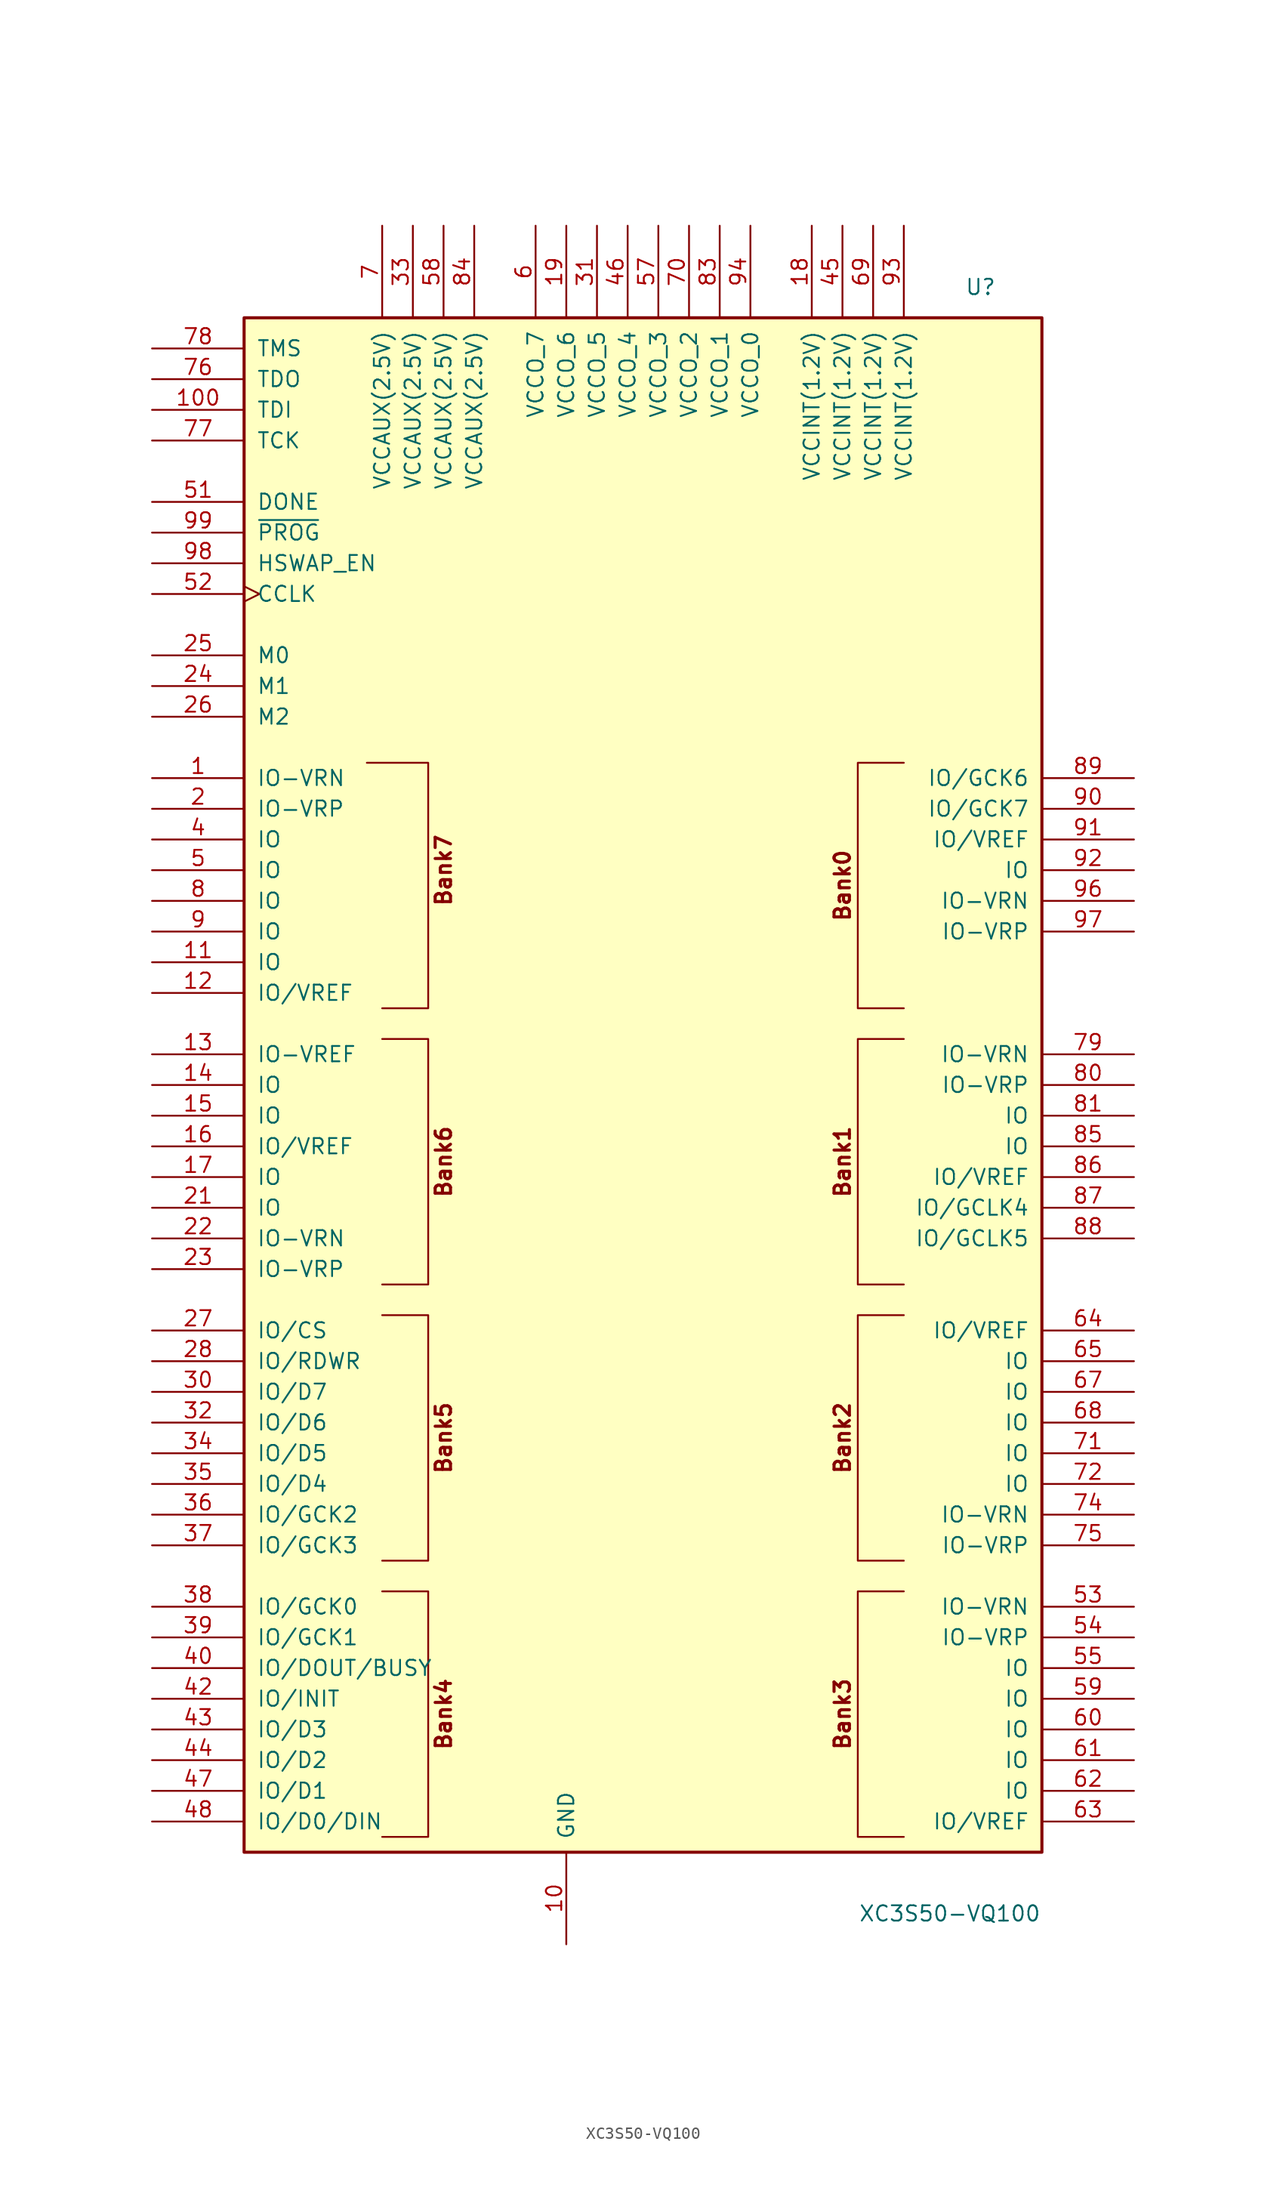
<source format=kicad_sym>
(kicad_symbol_lib
  (version 20241209)
  (generator "kicad_symbol_editor")
  (generator_version "9.0")
  (symbol "XC3S50-VQ100"
    (pin_names
      (offset 1.016))
    (property "Reference" "U"
      (at 26.67 66.04 0)
      (effects (font (size 1.27 1.27))))
    (property "Value" "XC3S50-VQ100"
      (at 24.13 -68.58 0)
      (effects (font (size 1.27 1.27))))
    (symbol "XC3S50-VQ100_0_0"
      (rectangle (start -34.29 63.5) (end 31.75 -63.5) (stroke (width 0.254) (type default)) (fill (type background)))
      (text "Bank7" (at -17.78 17.78 900) (effects (font (size 1.27 1.27) (bold yes))))
      (text "Bank6" (at -17.78 -6.35 900) (effects (font (size 1.27 1.27) (bold yes))))
      (text "Bank5" (at -17.78 -29.21 900) (effects (font (size 1.27 1.27) (bold yes))))
      (text "Bank4" (at -17.78 -52.07 900) (effects (font (size 1.27 1.27) (bold yes))))
      (text "Bank0" (at 15.24 16.51 900) (effects (font (size 1.27 1.27) (bold yes))))
      (text "Bank1" (at 15.24 -6.35 900) (effects (font (size 1.27 1.27) (bold yes))))
      (text "Bank2" (at 15.24 -29.21 900) (effects (font (size 1.27 1.27) (bold yes))))
      (text "Bank3" (at 15.24 -52.07 900) (effects (font (size 1.27 1.27) (bold yes)))))
    (symbol "XC3S50-VQ100_0_1"
      (polyline (pts (xy -24.13 26.67) (xy -19.05 26.67) (xy -19.05 6.35) (xy -22.86 6.35) (xy -22.86 6.35)) (stroke (width 0) (type default)) (fill (type none)))
      (polyline (pts (xy -22.86 3.81) (xy -19.05 3.81) (xy -19.05 -16.51) (xy -22.86 -16.51) (xy -22.86 -16.51)) (stroke (width 0) (type default)) (fill (type none)))
      (polyline (pts (xy -22.86 -19.05) (xy -19.05 -19.05) (xy -19.05 -39.37) (xy -22.86 -39.37) (xy -22.86 -39.37)) (stroke (width 0) (type default)) (fill (type none)))
      (polyline (pts (xy -22.86 -41.91) (xy -19.05 -41.91) (xy -19.05 -62.23) (xy -22.86 -62.23) (xy -22.86 -62.23)) (stroke (width 0) (type default)) (fill (type none)))
      (polyline (pts (xy 20.32 26.67) (xy 16.51 26.67) (xy 16.51 6.35) (xy 20.32 6.35) (xy 20.32 6.35)) (stroke (width 0) (type default)) (fill (type none)))
      (polyline (pts (xy 20.32 3.81) (xy 16.51 3.81) (xy 16.51 -16.51) (xy 20.32 -16.51) (xy 20.32 -16.51)) (stroke (width 0) (type default)) (fill (type none)))
      (polyline (pts (xy 20.32 -19.05) (xy 16.51 -19.05) (xy 16.51 -39.37) (xy 20.32 -39.37) (xy 20.32 -39.37)) (stroke (width 0) (type default)) (fill (type none)))
      (polyline (pts (xy 20.32 -41.91) (xy 16.51 -41.91) (xy 16.51 -62.23) (xy 20.32 -62.23) (xy 20.32 -62.23)) (stroke (width 0) (type default)) (fill (type none))))
    (symbol "XC3S50-VQ100_1_1"
      (pin input line (at -41.91 60.96 0) (length 7.62) (name "TMS" (effects (font (size 1.27 1.27)))) (number "78" (effects (font (size 1.27 1.27)))))
      (pin output line (at -41.91 58.42 0) (length 7.62) (name "TDO" (effects (font (size 1.27 1.27)))) (number "76" (effects (font (size 1.27 1.27)))))
      (pin input line (at -41.91 55.88 0) (length 7.62) (name "TDI" (effects (font (size 1.27 1.27)))) (number "100" (effects (font (size 1.27 1.27)))))
      (pin input line (at -41.91 53.34 0) (length 7.62) (name "TCK" (effects (font (size 1.27 1.27)))) (number "77" (effects (font (size 1.27 1.27)))))
      (pin open_collector line (at -41.91 48.26 0) (length 7.62) (name "DONE" (effects (font (size 1.27 1.27)))) (number "51" (effects (font (size 1.27 1.27)))))
      (pin input line (at -41.91 45.72 0) (length 7.62) (name "~{PROG}" (effects (font (size 1.27 1.27)))) (number "99" (effects (font (size 1.27 1.27)))))
      (pin bidirectional line (at -41.91 43.18 0) (length 7.62) (name "HSWAP_EN" (effects (font (size 1.27 1.27)))) (number "98" (effects (font (size 1.27 1.27)))))
      (pin input clock (at -41.91 40.64 0) (length 7.62) (name "CCLK" (effects (font (size 1.27 1.27)))) (number "52" (effects (font (size 1.27 1.27)))))
      (pin input line (at -41.91 35.56 0) (length 7.62) (name "M0" (effects (font (size 1.27 1.27)))) (number "25" (effects (font (size 1.27 1.27)))))
      (pin input line (at -41.91 33.02 0) (length 7.62) (name "M1" (effects (font (size 1.27 1.27)))) (number "24" (effects (font (size 1.27 1.27)))))
      (pin input line (at -41.91 30.48 0) (length 7.62) (name "M2" (effects (font (size 1.27 1.27)))) (number "26" (effects (font (size 1.27 1.27)))))
      (pin bidirectional line (at -41.91 25.4 0) (length 7.62) (name "IO-VRN" (effects (font (size 1.27 1.27)))) (number "1" (effects (font (size 1.27 1.27)))))
      (pin bidirectional line (at -41.91 22.86 0) (length 7.62) (name "IO-VRP" (effects (font (size 1.27 1.27)))) (number "2" (effects (font (size 1.27 1.27)))))
      (pin bidirectional line (at -41.91 20.32 0) (length 7.62) (name "IO" (effects (font (size 1.27 1.27)))) (number "4" (effects (font (size 1.27 1.27)))))
      (pin bidirectional line (at -41.91 17.78 0) (length 7.62) (name "IO" (effects (font (size 1.27 1.27)))) (number "5" (effects (font (size 1.27 1.27)))))
      (pin bidirectional line (at -41.91 15.24 0) (length 7.62) (name "IO" (effects (font (size 1.27 1.27)))) (number "8" (effects (font (size 1.27 1.27)))))
      (pin bidirectional line (at -41.91 12.7 0) (length 7.62) (name "IO" (effects (font (size 1.27 1.27)))) (number "9" (effects (font (size 1.27 1.27)))))
      (pin bidirectional line (at -41.91 10.16 0) (length 7.62) (name "IO" (effects (font (size 1.27 1.27)))) (number "11" (effects (font (size 1.27 1.27)))))
      (pin bidirectional line (at -41.91 7.62 0) (length 7.62) (name "IO/VREF" (effects (font (size 1.27 1.27)))) (number "12" (effects (font (size 1.27 1.27)))))
      (pin input line (at -41.91 2.54 0) (length 7.62) (name "IO-VREF" (effects (font (size 1.27 1.27)))) (number "13" (effects (font (size 1.27 1.27)))))
      (pin bidirectional line (at -41.91 0 0) (length 7.62) (name "IO" (effects (font (size 1.27 1.27)))) (number "14" (effects (font (size 1.27 1.27)))))
      (pin bidirectional line (at -41.91 -2.54 0) (length 7.62) (name "IO" (effects (font (size 1.27 1.27)))) (number "15" (effects (font (size 1.27 1.27)))))
      (pin bidirectional line (at -41.91 -5.08 0) (length 7.62) (name "IO/VREF" (effects (font (size 1.27 1.27)))) (number "16" (effects (font (size 1.27 1.27)))))
      (pin bidirectional line (at -41.91 -7.62 0) (length 7.62) (name "IO" (effects (font (size 1.27 1.27)))) (number "17" (effects (font (size 1.27 1.27)))))
      (pin bidirectional line (at -41.91 -10.16 0) (length 7.62) (name "IO" (effects (font (size 1.27 1.27)))) (number "21" (effects (font (size 1.27 1.27)))))
      (pin bidirectional line (at -41.91 -12.7 0) (length 7.62) (name "IO-VRN" (effects (font (size 1.27 1.27)))) (number "22" (effects (font (size 1.27 1.27)))))
      (pin bidirectional line (at -41.91 -15.24 0) (length 7.62) (name "IO-VRP" (effects (font (size 1.27 1.27)))) (number "23" (effects (font (size 1.27 1.27)))))
      (pin bidirectional line (at -41.91 -20.32 0) (length 7.62) (name "IO/CS" (effects (font (size 1.27 1.27)))) (number "27" (effects (font (size 1.27 1.27)))))
      (pin bidirectional line (at -41.91 -22.86 0) (length 7.62) (name "IO/RDWR" (effects (font (size 1.27 1.27)))) (number "28" (effects (font (size 1.27 1.27)))))
      (pin bidirectional line (at -41.91 -25.4 0) (length 7.62) (name "IO/D7" (effects (font (size 1.27 1.27)))) (number "30" (effects (font (size 1.27 1.27)))))
      (pin bidirectional line (at -41.91 -27.94 0) (length 7.62) (name "IO/D6" (effects (font (size 1.27 1.27)))) (number "32" (effects (font (size 1.27 1.27)))))
      (pin bidirectional line (at -41.91 -30.48 0) (length 7.62) (name "IO/D5" (effects (font (size 1.27 1.27)))) (number "34" (effects (font (size 1.27 1.27)))))
      (pin bidirectional line (at -41.91 -33.02 0) (length 7.62) (name "IO/D4" (effects (font (size 1.27 1.27)))) (number "35" (effects (font (size 1.27 1.27)))))
      (pin bidirectional line (at -41.91 -35.56 0) (length 7.62) (name "IO/GCK2" (effects (font (size 1.27 1.27)))) (number "36" (effects (font (size 1.27 1.27)))))
      (pin bidirectional line (at -41.91 -38.1 0) (length 7.62) (name "IO/GCK3" (effects (font (size 1.27 1.27)))) (number "37" (effects (font (size 1.27 1.27)))))
      (pin bidirectional line (at -41.91 -43.18 0) (length 7.62) (name "IO/GCK0" (effects (font (size 1.27 1.27)))) (number "38" (effects (font (size 1.27 1.27)))))
      (pin bidirectional line (at -41.91 -45.72 0) (length 7.62) (name "IO/GCK1" (effects (font (size 1.27 1.27)))) (number "39" (effects (font (size 1.27 1.27)))))
      (pin bidirectional line (at -41.91 -48.26 0) (length 7.62) (name "IO/DOUT/BUSY" (effects (font (size 1.27 1.27)))) (number "40" (effects (font (size 1.27 1.27)))))
      (pin bidirectional line (at -41.91 -50.8 0) (length 7.62) (name "IO/INIT" (effects (font (size 1.27 1.27)))) (number "42" (effects (font (size 1.27 1.27)))))
      (pin bidirectional line (at -41.91 -53.34 0) (length 7.62) (name "IO/D3" (effects (font (size 1.27 1.27)))) (number "43" (effects (font (size 1.27 1.27)))))
      (pin bidirectional line (at -41.91 -55.88 0) (length 7.62) (name "IO/D2" (effects (font (size 1.27 1.27)))) (number "44" (effects (font (size 1.27 1.27)))))
      (pin bidirectional line (at -41.91 -58.42 0) (length 7.62) (name "IO/D1" (effects (font (size 1.27 1.27)))) (number "47" (effects (font (size 1.27 1.27)))))
      (pin bidirectional line (at -41.91 -60.96 0) (length 7.62) (name "IO/D0/DIN" (effects (font (size 1.27 1.27)))) (number "48" (effects (font (size 1.27 1.27)))))
      (pin power_in line (at -22.86 71.12 270) (length 7.62) (name "VCCAUX(2.5V)" (effects (font (size 1.27 1.27)))) (number "7" (effects (font (size 1.27 1.27)))))
      (pin power_in line (at -20.32 71.12 270) (length 7.62) (name "VCCAUX(2.5V)" (effects (font (size 1.27 1.27)))) (number "33" (effects (font (size 1.27 1.27)))))
      (pin power_in line (at -17.78 71.12 270) (length 7.62) (name "VCCAUX(2.5V)" (effects (font (size 1.27 1.27)))) (number "58" (effects (font (size 1.27 1.27)))))
      (pin power_in line (at -15.24 71.12 270) (length 7.62) (name "VCCAUX(2.5V)" (effects (font (size 1.27 1.27)))) (number "84" (effects (font (size 1.27 1.27)))))
      (pin power_in line (at -10.16 71.12 270) (length 7.62) (name "VCCO_7" (effects (font (size 1.27 1.27)))) (number "6" (effects (font (size 1.27 1.27)))))
      (pin power_in line (at -7.62 71.12 270) (length 7.62) (name "VCCO_6" (effects (font (size 1.27 1.27)))) (number "19" (effects (font (size 1.27 1.27)))))
      (pin power_in line (at -7.62 -71.12 90) (length 7.62) (name "GND" (effects (font (size 1.27 1.27)))) (number "10" (effects (font (size 1.27 1.27)))))
      (pin passive line (at -7.62 -71.12 90) (length 7.62) (hide yes) (name "GND" (effects (font (size 1.27 1.27)))) (number "20" (effects (font (size 1.27 1.27)))))
      (pin passive line (at -7.62 -71.12 90) (length 7.62) (hide yes) (name "GND" (effects (font (size 1.27 1.27)))) (number "29" (effects (font (size 1.27 1.27)))))
      (pin passive line (at -7.62 -71.12 90) (length 7.62) (hide yes) (name "GND" (effects (font (size 1.27 1.27)))) (number "3" (effects (font (size 1.27 1.27)))))
      (pin passive line (at -7.62 -71.12 90) (length 7.62) (hide yes) (name "GND" (effects (font (size 1.27 1.27)))) (number "41" (effects (font (size 1.27 1.27)))))
      (pin passive line (at -7.62 -71.12 90) (length 7.62) (hide yes) (name "GND" (effects (font (size 1.27 1.27)))) (number "66" (effects (font (size 1.27 1.27)))))
      (pin passive line (at -7.62 -71.12 90) (length 7.62) (hide yes) (name "GND" (effects (font (size 1.27 1.27)))) (number "73" (effects (font (size 1.27 1.27)))))
      (pin passive line (at -7.62 -71.12 90) (length 7.62) (hide yes) (name "GND" (effects (font (size 1.27 1.27)))) (number "82" (effects (font (size 1.27 1.27)))))
      (pin passive line (at -7.62 -71.12 90) (length 7.62) (hide yes) (name "GND" (effects (font (size 1.27 1.27)))) (number "95" (effects (font (size 1.27 1.27)))))
      (pin power_in line (at -5.08 71.12 270) (length 7.62) (name "VCCO_5" (effects (font (size 1.27 1.27)))) (number "31" (effects (font (size 1.27 1.27)))))
      (pin power_in line (at -2.54 71.12 270) (length 7.62) (name "VCCO_4" (effects (font (size 1.27 1.27)))) (number "46" (effects (font (size 1.27 1.27)))))
      (pin power_in line (at 0 71.12 270) (length 7.62) (name "VCCO_3" (effects (font (size 1.27 1.27)))) (number "57" (effects (font (size 1.27 1.27)))))
      (pin power_in line (at 2.54 71.12 270) (length 7.62) (name "VCCO_2" (effects (font (size 1.27 1.27)))) (number "70" (effects (font (size 1.27 1.27)))))
      (pin passive line (at 5.08 71.12 270) (length 7.62) (name "VCCO_1" (effects (font (size 1.27 1.27)))) (number "83" (effects (font (size 1.27 1.27)))))
      (pin passive line (at 7.62 71.12 270) (length 7.62) (name "VCCO_0" (effects (font (size 1.27 1.27)))) (number "94" (effects (font (size 1.27 1.27)))))
      (pin power_in line (at 12.7 71.12 270) (length 7.62) (name "VCCINT(1.2V)" (effects (font (size 1.27 1.27)))) (number "18" (effects (font (size 1.27 1.27)))))
      (pin power_in line (at 15.24 71.12 270) (length 7.62) (name "VCCINT(1.2V)" (effects (font (size 1.27 1.27)))) (number "45" (effects (font (size 1.27 1.27)))))
      (pin power_in line (at 17.78 71.12 270) (length 7.62) (name "VCCINT(1.2V)" (effects (font (size 1.27 1.27)))) (number "69" (effects (font (size 1.27 1.27)))))
      (pin power_in line (at 20.32 71.12 270) (length 7.62) (name "VCCINT(1.2V)" (effects (font (size 1.27 1.27)))) (number "93" (effects (font (size 1.27 1.27)))))
      (pin bidirectional line (at 39.37 25.4 180) (length 7.62) (name "IO/GCK6" (effects (font (size 1.27 1.27)))) (number "89" (effects (font (size 1.27 1.27)))))
      (pin bidirectional line (at 39.37 22.86 180) (length 7.62) (name "IO/GCK7" (effects (font (size 1.27 1.27)))) (number "90" (effects (font (size 1.27 1.27)))))
      (pin bidirectional line (at 39.37 20.32 180) (length 7.62) (name "IO/VREF" (effects (font (size 1.27 1.27)))) (number "91" (effects (font (size 1.27 1.27)))))
      (pin bidirectional line (at 39.37 17.78 180) (length 7.62) (name "IO" (effects (font (size 1.27 1.27)))) (number "92" (effects (font (size 1.27 1.27)))))
      (pin bidirectional line (at 39.37 15.24 180) (length 7.62) (name "IO-VRN" (effects (font (size 1.27 1.27)))) (number "96" (effects (font (size 1.27 1.27)))))
      (pin bidirectional line (at 39.37 12.7 180) (length 7.62) (name "IO-VRP" (effects (font (size 1.27 1.27)))) (number "97" (effects (font (size 1.27 1.27)))))
      (pin bidirectional line (at 39.37 2.54 180) (length 7.62) (name "IO-VRN" (effects (font (size 1.27 1.27)))) (number "79" (effects (font (size 1.27 1.27)))))
      (pin bidirectional line (at 39.37 0 180) (length 7.62) (name "IO-VRP" (effects (font (size 1.27 1.27)))) (number "80" (effects (font (size 1.27 1.27)))))
      (pin bidirectional line (at 39.37 -2.54 180) (length 7.62) (name "IO" (effects (font (size 1.27 1.27)))) (number "81" (effects (font (size 1.27 1.27)))))
      (pin bidirectional line (at 39.37 -5.08 180) (length 7.62) (name "IO" (effects (font (size 1.27 1.27)))) (number "85" (effects (font (size 1.27 1.27)))))
      (pin bidirectional line (at 39.37 -7.62 180) (length 7.62) (name "IO/VREF" (effects (font (size 1.27 1.27)))) (number "86" (effects (font (size 1.27 1.27)))))
      (pin bidirectional line (at 39.37 -10.16 180) (length 7.62) (name "IO/GCLK4" (effects (font (size 1.27 1.27)))) (number "87" (effects (font (size 1.27 1.27)))))
      (pin bidirectional line (at 39.37 -12.7 180) (length 7.62) (name "IO/GCLK5" (effects (font (size 1.27 1.27)))) (number "88" (effects (font (size 1.27 1.27)))))
      (pin bidirectional line (at 39.37 -20.32 180) (length 7.62) (name "IO/VREF" (effects (font (size 1.27 1.27)))) (number "64" (effects (font (size 1.27 1.27)))))
      (pin bidirectional line (at 39.37 -22.86 180) (length 7.62) (name "IO" (effects (font (size 1.27 1.27)))) (number "65" (effects (font (size 1.27 1.27)))))
      (pin bidirectional line (at 39.37 -25.4 180) (length 7.62) (name "IO" (effects (font (size 1.27 1.27)))) (number "67" (effects (font (size 1.27 1.27)))))
      (pin bidirectional line (at 39.37 -27.94 180) (length 7.62) (name "IO" (effects (font (size 1.27 1.27)))) (number "68" (effects (font (size 1.27 1.27)))))
      (pin bidirectional line (at 39.37 -30.48 180) (length 7.62) (name "IO" (effects (font (size 1.27 1.27)))) (number "71" (effects (font (size 1.27 1.27)))))
      (pin bidirectional line (at 39.37 -33.02 180) (length 7.62) (name "IO" (effects (font (size 1.27 1.27)))) (number "72" (effects (font (size 1.27 1.27)))))
      (pin bidirectional line (at 39.37 -35.56 180) (length 7.62) (name "IO-VRN" (effects (font (size 1.27 1.27)))) (number "74" (effects (font (size 1.27 1.27)))))
      (pin bidirectional line (at 39.37 -38.1 180) (length 7.62) (name "IO-VRP" (effects (font (size 1.27 1.27)))) (number "75" (effects (font (size 1.27 1.27)))))
      (pin bidirectional line (at 39.37 -43.18 180) (length 7.62) (name "IO-VRN" (effects (font (size 1.27 1.27)))) (number "53" (effects (font (size 1.27 1.27)))))
      (pin bidirectional line (at 39.37 -45.72 180) (length 7.62) (name "IO-VRP" (effects (font (size 1.27 1.27)))) (number "54" (effects (font (size 1.27 1.27)))))
      (pin bidirectional line (at 39.37 -48.26 180) (length 7.62) (name "IO" (effects (font (size 1.27 1.27)))) (number "55" (effects (font (size 1.27 1.27)))))
      (pin bidirectional line (at 39.37 -50.8 180) (length 7.62) (name "IO" (effects (font (size 1.27 1.27)))) (number "59" (effects (font (size 1.27 1.27)))))
      (pin bidirectional line (at 39.37 -53.34 180) (length 7.62) (name "IO" (effects (font (size 1.27 1.27)))) (number "60" (effects (font (size 1.27 1.27)))))
      (pin bidirectional line (at 39.37 -55.88 180) (length 7.62) (name "IO" (effects (font (size 1.27 1.27)))) (number "61" (effects (font (size 1.27 1.27)))))
      (pin bidirectional line (at 39.37 -58.42 180) (length 7.62) (name "IO" (effects (font (size 1.27 1.27)))) (number "62" (effects (font (size 1.27 1.27)))))
      (pin bidirectional line (at 39.37 -60.96 180) (length 7.62) (name "IO/VREF" (effects (font (size 1.27 1.27)))) (number "63" (effects (font (size 1.27 1.27))))))))
</source>
